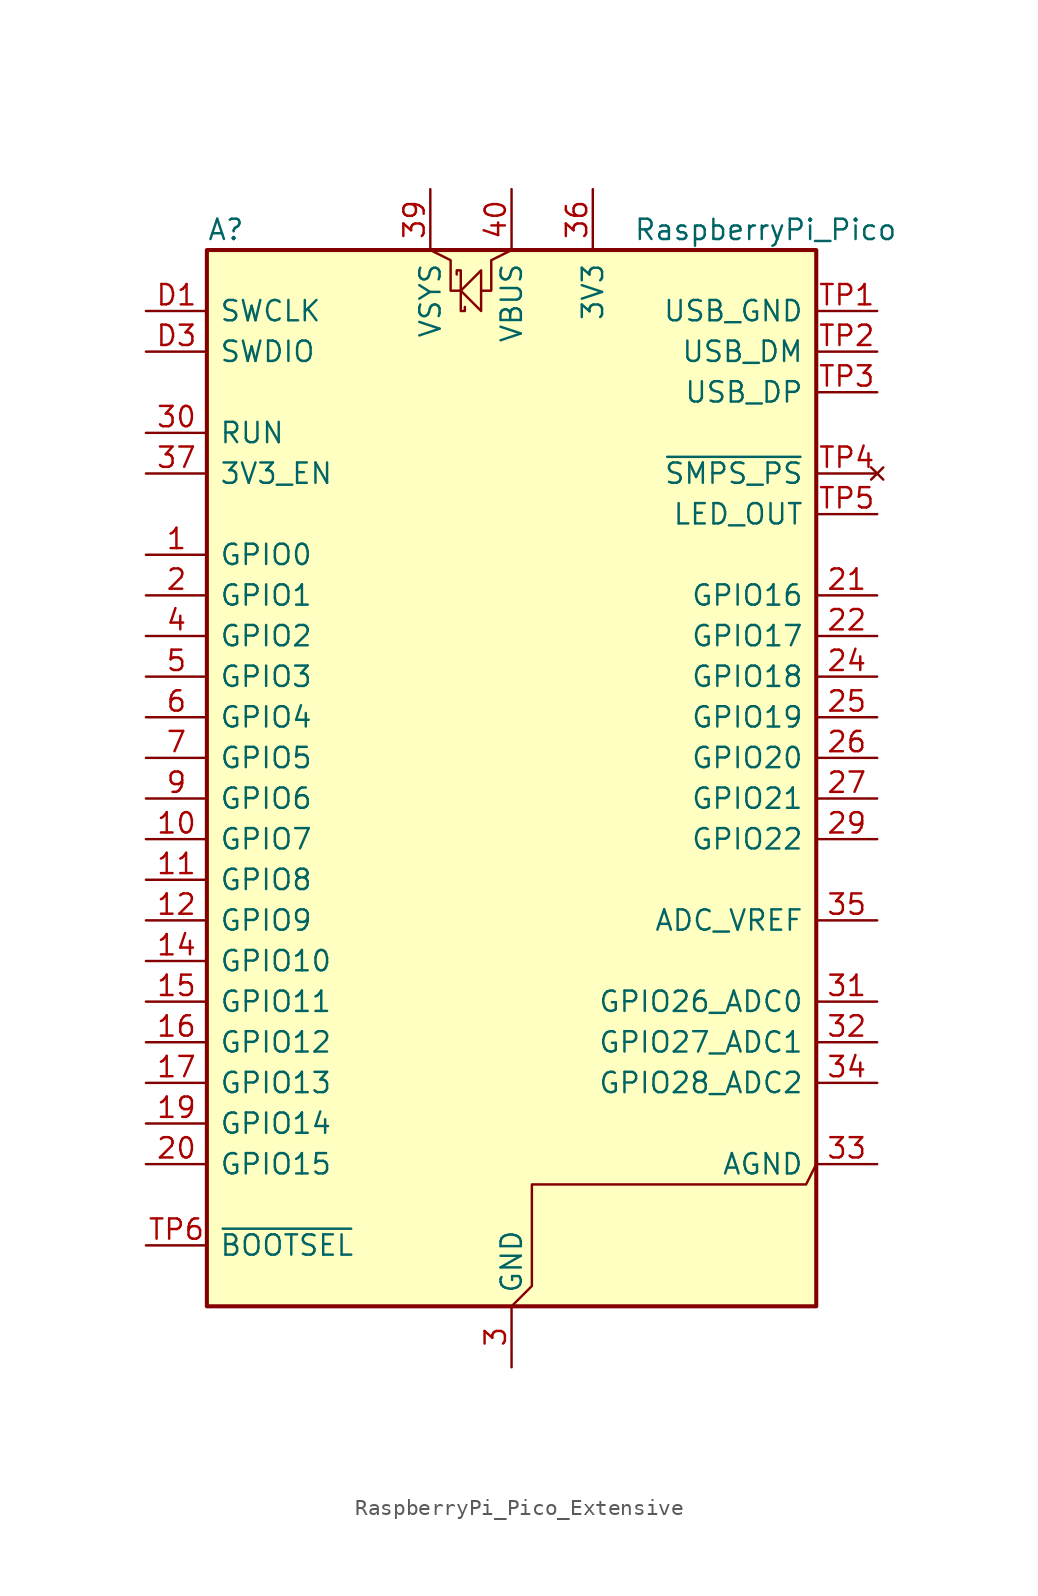
<source format=kicad_sym>
(kicad_symbol_lib
  (version 20241209)
  (generator "kicad_symbol_editor")
  (generator_version "9.0")
  (symbol "RaspberryPi_Pico_Extensive"
    (pin_names
      (offset 0.762))
    (property "Reference" "A"
      (at -19.05 35.56 0)
      (effects (font (size 1.27 1.27)) (justify left)))
    (property "Value" "RaspberryPi_Pico"
      (at 7.62 35.56 0)
      (effects (font (size 1.27 1.27)) (justify left)))
    (symbol "RaspberryPi_Pico_Extensive_0_1"
      (rectangle (start -19.05 34.29) (end 19.05 -31.75) (stroke (width 0.254) (type default)) (fill (type background)))
      (polyline (pts (xy -5.08 34.29) (xy -3.81 33.655) (xy -3.81 31.75) (xy -3.175 31.75)) (stroke (width 0) (type default)) (fill (type none)))
      (polyline (pts (xy -3.429 32.766) (xy -3.429 33.02) (xy -3.175 33.02) (xy -3.175 30.48) (xy -2.921 30.48) (xy -2.921 30.734)) (stroke (width 0) (type default)) (fill (type none)))
      (polyline (pts (xy -3.175 31.75) (xy -1.905 33.02) (xy -1.905 30.48) (xy -3.175 31.75)) (stroke (width 0) (type default)) (fill (type none)))
      (polyline (pts (xy 0 34.29) (xy -1.27 33.655) (xy -1.27 31.75) (xy -1.905 31.75)) (stroke (width 0) (type default)) (fill (type none)))
      (polyline (pts (xy 0 -31.75) (xy 1.27 -30.48) (xy 1.27 -24.13) (xy 18.415 -24.13) (xy 19.05 -22.86)) (stroke (width 0) (type default)) (fill (type none))))
    (symbol "RaspberryPi_Pico_Extensive_1_1"
      (pin input line (at -22.86 30.48 0) (length 3.81) (name "SWCLK" (effects (font (size 1.27 1.27)))) (number "D1" (effects (font (size 1.27 1.27)))))
      (pin bidirectional line (at -22.86 27.94 0) (length 3.81) (name "SWDIO" (effects (font (size 1.27 1.27)))) (number "D3" (effects (font (size 1.27 1.27)))))
      (pin passive line (at -22.86 22.86 0) (length 3.81) (name "RUN" (effects (font (size 1.27 1.27)))) (number "30" (effects (font (size 1.27 1.27)))) (alternate "~{RESET}" passive line))
      (pin passive line (at -22.86 20.32 0) (length 3.81) (name "3V3_EN" (effects (font (size 1.27 1.27)))) (number "37" (effects (font (size 1.27 1.27)))) (alternate "~{3V3_DISABLE}" passive line))
      (pin bidirectional line (at -22.86 15.24 0) (length 3.81) (name "GPIO0" (effects (font (size 1.27 1.27)))) (number "1" (effects (font (size 1.27 1.27)))) (alternate "I2C0_SDA" bidirectional line) (alternate "PWM0_A" output line) (alternate "SPI0_RX" input line) (alternate "UART0_TX" output line) (alternate "USB_OVCUR_DET" input line))
      (pin bidirectional line (at -22.86 12.7 0) (length 3.81) (name "GPIO1" (effects (font (size 1.27 1.27)))) (number "2" (effects (font (size 1.27 1.27)))) (alternate "I2C0_SCL" bidirectional clock) (alternate "PWM0_B" bidirectional line) (alternate "UART0_RX" input line) (alternate "USB_VBUS_DET" passive line) (alternate "~{SPI0_CSn}" bidirectional line))
      (pin bidirectional line (at -22.86 10.16 0) (length 3.81) (name "GPIO2" (effects (font (size 1.27 1.27)))) (number "4" (effects (font (size 1.27 1.27)))) (alternate "I2C1_SDA" bidirectional line) (alternate "PWM1_A" output line) (alternate "SPI0_SCK" bidirectional clock) (alternate "UART0_CTS" input line) (alternate "USB_VBUS_EN" output line))
      (pin bidirectional line (at -22.86 7.62 0) (length 3.81) (name "GPIO3" (effects (font (size 1.27 1.27)))) (number "5" (effects (font (size 1.27 1.27)))) (alternate "I2C1_SCL" bidirectional clock) (alternate "PWM1_B" bidirectional line) (alternate "SPI0_TX" output line) (alternate "UART0_RTS" output line) (alternate "USB_OVCUR_DET" input line))
      (pin bidirectional line (at -22.86 5.08 0) (length 3.81) (name "GPIO4" (effects (font (size 1.27 1.27)))) (number "6" (effects (font (size 1.27 1.27)))) (alternate "I2C0_SDA" bidirectional line) (alternate "PWM2_A" output line) (alternate "SPI0_RX" input line) (alternate "UART1_TX" output line) (alternate "USB_VBUS_DET" input line))
      (pin bidirectional line (at -22.86 2.54 0) (length 3.81) (name "GPIO5" (effects (font (size 1.27 1.27)))) (number "7" (effects (font (size 1.27 1.27)))) (alternate "I2C0_SCL" bidirectional clock) (alternate "PWM2_B" bidirectional line) (alternate "UART1_RX" input line) (alternate "USB_VBUS_EN" output line) (alternate "~{SPI0_CSn}" bidirectional line))
      (pin bidirectional line (at -22.86 0 0) (length 3.81) (name "GPIO6" (effects (font (size 1.27 1.27)))) (number "9" (effects (font (size 1.27 1.27)))) (alternate "I2C1_SDA" bidirectional line) (alternate "PWM3_A" output line) (alternate "SPI0_SCK" bidirectional clock) (alternate "UART1_CTS" input line) (alternate "USB_OVCUR_DET" input line))
      (pin bidirectional line (at -22.86 -2.54 0) (length 3.81) (name "GPIO7" (effects (font (size 1.27 1.27)))) (number "10" (effects (font (size 1.27 1.27)))) (alternate "I2C1_SCL" bidirectional clock) (alternate "PWM3_B" bidirectional line) (alternate "SPI0_TX" output line) (alternate "UART1_RTS" output line) (alternate "USB_VBUS_DET" input line))
      (pin bidirectional line (at -22.86 -5.08 0) (length 3.81) (name "GPIO8" (effects (font (size 1.27 1.27)))) (number "11" (effects (font (size 1.27 1.27)))) (alternate "I2C0_SDA" bidirectional line) (alternate "PWM4_A" output line) (alternate "SPI1_RX" input line) (alternate "UART1_TX" output line) (alternate "USB_VBUS_EN" output line))
      (pin bidirectional line (at -22.86 -7.62 0) (length 3.81) (name "GPIO9" (effects (font (size 1.27 1.27)))) (number "12" (effects (font (size 1.27 1.27)))) (alternate "I2C0_SCL" bidirectional clock) (alternate "PWM4_B" bidirectional line) (alternate "UART1_RX" input line) (alternate "USB_OVCUR_DET" input line) (alternate "~{SPI1_CSn}" bidirectional line))
      (pin bidirectional line (at -22.86 -10.16 0) (length 3.81) (name "GPIO10" (effects (font (size 1.27 1.27)))) (number "14" (effects (font (size 1.27 1.27)))) (alternate "I2C1_SDA" bidirectional line) (alternate "PWM5_A" output line) (alternate "SPI1_SCK" bidirectional clock) (alternate "UART1_CTS" input line) (alternate "USB_VBUS_DET" input line))
      (pin bidirectional line (at -22.86 -12.7 0) (length 3.81) (name "GPIO11" (effects (font (size 1.27 1.27)))) (number "15" (effects (font (size 1.27 1.27)))) (alternate "I2C1_SCL" bidirectional clock) (alternate "PWM5_B" bidirectional line) (alternate "SPI1_TX" output line) (alternate "UART1_RTS" output line) (alternate "USB_VBUS_EN" output line))
      (pin bidirectional line (at -22.86 -15.24 0) (length 3.81) (name "GPIO12" (effects (font (size 1.27 1.27)))) (number "16" (effects (font (size 1.27 1.27)))) (alternate "I2C0_SDA" bidirectional line) (alternate "PWM6_A" output line) (alternate "SPI1_RX" input line) (alternate "UART0_TX" output line) (alternate "USB_OVCUR_DET" input line))
      (pin bidirectional line (at -22.86 -17.78 0) (length 3.81) (name "GPIO13" (effects (font (size 1.27 1.27)))) (number "17" (effects (font (size 1.27 1.27)))) (alternate "I2C0_SCL" bidirectional clock) (alternate "PWM6_B" bidirectional line) (alternate "UART0_RX" input line) (alternate "USB_VBUS_DET" input line) (alternate "~{SPI1_CSn}" bidirectional line))
      (pin bidirectional line (at -22.86 -20.32 0) (length 3.81) (name "GPIO14" (effects (font (size 1.27 1.27)))) (number "19" (effects (font (size 1.27 1.27)))) (alternate "I2C1_SDA" bidirectional line) (alternate "PWM7_A" output line) (alternate "SPI1_SCK" bidirectional clock) (alternate "UART0_CTS" input line) (alternate "USB_VBUS_EN" output line))
      (pin bidirectional line (at -22.86 -22.86 0) (length 3.81) (name "GPIO15" (effects (font (size 1.27 1.27)))) (number "20" (effects (font (size 1.27 1.27)))) (alternate "I2C1_SCL" bidirectional clock) (alternate "PWM7_B" bidirectional line) (alternate "SPI1_TX" output line) (alternate "UART0_RTS" output line) (alternate "USB_OVCUR_DET" input line))
      (pin input line (at -22.86 -27.94 0) (length 3.81) (name "~{BOOTSEL}" (effects (font (size 1.27 1.27)))) (number "TP6" (effects (font (size 1.27 1.27)))))
      (pin power_in line (at -5.08 38.1 270) (length 3.81) (name "VSYS" (effects (font (size 1.27 1.27)))) (number "39" (effects (font (size 1.27 1.27)))) (alternate "VSYS_OUT" power_out line))
      (pin power_out line (at 0 38.1 270) (length 3.81) (name "VBUS" (effects (font (size 1.27 1.27)))) (number "40" (effects (font (size 1.27 1.27)))) (alternate "VBUS_IN" power_in line))
      (pin passive line (at 0 -35.56 90) (length 3.81) (hide yes) (name "GND" (effects (font (size 1.27 1.27)))) (number "13" (effects (font (size 1.27 1.27)))))
      (pin passive line (at 0 -35.56 90) (length 3.81) (hide yes) (name "GND" (effects (font (size 1.27 1.27)))) (number "18" (effects (font (size 1.27 1.27)))))
      (pin passive line (at 0 -35.56 90) (length 3.81) (hide yes) (name "GND" (effects (font (size 1.27 1.27)))) (number "23" (effects (font (size 1.27 1.27)))))
      (pin passive line (at 0 -35.56 90) (length 3.81) (hide yes) (name "GND" (effects (font (size 1.27 1.27)))) (number "28" (effects (font (size 1.27 1.27)))))
      (pin power_out line (at 0 -35.56 90) (length 3.81) (name "GND" (effects (font (size 1.27 1.27)))) (number "3" (effects (font (size 1.27 1.27)))) (alternate "GND_IN" power_in line))
      (pin passive line (at 0 -35.56 90) (length 3.81) (hide yes) (name "GND" (effects (font (size 1.27 1.27)))) (number "38" (effects (font (size 1.27 1.27)))))
      (pin passive line (at 0 -35.56 90) (length 3.81) (hide yes) (name "GND" (effects (font (size 1.27 1.27)))) (number "8" (effects (font (size 1.27 1.27)))))
      (pin passive line (at 0 -35.56 90) (length 3.81) (hide yes) (name "GND" (effects (font (size 1.27 1.27)))) (number "D2" (effects (font (size 1.27 1.27)))))
      (pin power_out line (at 5.08 38.1 270) (length 3.81) (name "3V3" (effects (font (size 1.27 1.27)))) (number "36" (effects (font (size 1.27 1.27)))))
      (pin power_out line (at 22.86 30.48 180) (length 3.81) (name "USB_GND" (effects (font (size 1.27 1.27)))) (number "TP1" (effects (font (size 1.27 1.27)))) (alternate "USB_GND_IN" power_in line))
      (pin bidirectional line (at 22.86 27.94 180) (length 3.81) (name "USB_DM" (effects (font (size 1.27 1.27)))) (number "TP2" (effects (font (size 1.27 1.27)))))
      (pin bidirectional line (at 22.86 25.4 180) (length 3.81) (name "USB_DP" (effects (font (size 1.27 1.27)))) (number "TP3" (effects (font (size 1.27 1.27)))))
      (pin no_connect line (at 22.86 20.32 180) (length 3.81) (name "~{SMPS_PS}" (effects (font (size 1.27 1.27)))) (number "TP4" (effects (font (size 1.27 1.27)))) (alternate "GPIO23_UNSAFE" output line) (alternate "~{SMPS_PS_UNSAFE}" output line))
      (pin output line (at 22.86 17.78 180) (length 3.81) (name "LED_OUT" (effects (font (size 1.27 1.27)))) (number "TP5" (effects (font (size 1.27 1.27)))))
      (pin bidirectional line (at 22.86 12.7 180) (length 3.81) (name "GPIO16" (effects (font (size 1.27 1.27)))) (number "21" (effects (font (size 1.27 1.27)))) (alternate "I2C0_SDA" bidirectional line) (alternate "PWM0_A" output line) (alternate "SPI0_RX" input line) (alternate "UART0_TX" output line) (alternate "USB_VBUS_DET" input line))
      (pin bidirectional line (at 22.86 10.16 180) (length 3.81) (name "GPIO17" (effects (font (size 1.27 1.27)))) (number "22" (effects (font (size 1.27 1.27)))) (alternate "I2C0_SCL" bidirectional clock) (alternate "PWM0_B" bidirectional line) (alternate "UART0_RX" input line) (alternate "USB_VBUS_EN" output line) (alternate "~{SPI0_CSn}" bidirectional line))
      (pin bidirectional line (at 22.86 7.62 180) (length 3.81) (name "GPIO18" (effects (font (size 1.27 1.27)))) (number "24" (effects (font (size 1.27 1.27)))) (alternate "I2C1_SDA" bidirectional line) (alternate "PWM1_A" output line) (alternate "SPI0_SCK" bidirectional clock) (alternate "UART0_CTS" input line) (alternate "USB_OVCUR_DET" input line))
      (pin bidirectional line (at 22.86 5.08 180) (length 3.81) (name "GPIO19" (effects (font (size 1.27 1.27)))) (number "25" (effects (font (size 1.27 1.27)))) (alternate "I2C1_SCL" bidirectional clock) (alternate "PWM1_B" bidirectional line) (alternate "SPI0_TX" output line) (alternate "UART0_RTS" output line) (alternate "USB_VBUS_DET" input line))
      (pin bidirectional line (at 22.86 2.54 180) (length 3.81) (name "GPIO20" (effects (font (size 1.27 1.27)))) (number "26" (effects (font (size 1.27 1.27)))) (alternate "CLOCK_GPIN0" input clock) (alternate "I2C0_SDA" bidirectional line) (alternate "PWM2_A" output line) (alternate "SPI0_RX" input line) (alternate "UART1_TX" output line) (alternate "USB_VBUS_EN" output line))
      (pin bidirectional line (at 22.86 0 180) (length 3.81) (name "GPIO21" (effects (font (size 1.27 1.27)))) (number "27" (effects (font (size 1.27 1.27)))) (alternate "CLOCK_GPOUT0" output clock) (alternate "I2C0_SCL" bidirectional clock) (alternate "PWM2_B" bidirectional line) (alternate "UART1_RX" input line) (alternate "USB_OVCUR_DET" input line) (alternate "~{SPI0_CSn}" bidirectional line))
      (pin bidirectional line (at 22.86 -2.54 180) (length 3.81) (name "GPIO22" (effects (font (size 1.27 1.27)))) (number "29" (effects (font (size 1.27 1.27)))) (alternate "CLOCK_GPIN1" input clock) (alternate "I2C1_SDA" bidirectional line) (alternate "PWM3_A" output line) (alternate "SPI0_SCK" bidirectional clock) (alternate "UART1_CTS" input line) (alternate "USB_VBUS_DET" input line))
      (pin power_in line (at 22.86 -7.62 180) (length 3.81) (name "ADC_VREF" (effects (font (size 1.27 1.27)))) (number "35" (effects (font (size 1.27 1.27)))))
      (pin bidirectional line (at 22.86 -12.7 180) (length 3.81) (name "GPIO26_ADC0" (effects (font (size 1.27 1.27)))) (number "31" (effects (font (size 1.27 1.27)))) (alternate "ADC0" input line) (alternate "GPIO26" bidirectional line) (alternate "I2C1_SDA" bidirectional line) (alternate "PWM5_A" output line) (alternate "SPI1_SCK" bidirectional clock) (alternate "UART1_CTS" input line) (alternate "USB_VBUS_EN" output line))
      (pin bidirectional line (at 22.86 -15.24 180) (length 3.81) (name "GPIO27_ADC1" (effects (font (size 1.27 1.27)))) (number "32" (effects (font (size 1.27 1.27)))) (alternate "ADC1" input line) (alternate "GPIO27" bidirectional line) (alternate "I2C1_SCL" bidirectional clock) (alternate "PWM5_B" bidirectional line) (alternate "SPI1_TX" output line) (alternate "UART1_RTS" output line) (alternate "USB_OVCUR_DET" input line))
      (pin bidirectional line (at 22.86 -17.78 180) (length 3.81) (name "GPIO28_ADC2" (effects (font (size 1.27 1.27)))) (number "34" (effects (font (size 1.27 1.27)))) (alternate "ADC2" input line) (alternate "GPIO28" bidirectional line) (alternate "I2C0_SDA" bidirectional line) (alternate "PWM6_A" output line) (alternate "SPI1_RX" input line) (alternate "UART0_TX" output line) (alternate "USB_VBUS_DET" input line))
      (pin power_out line (at 22.86 -22.86 180) (length 3.81) (name "AGND" (effects (font (size 1.27 1.27)))) (number "33" (effects (font (size 1.27 1.27)))) (alternate "GND" passive line)))))
</source>
